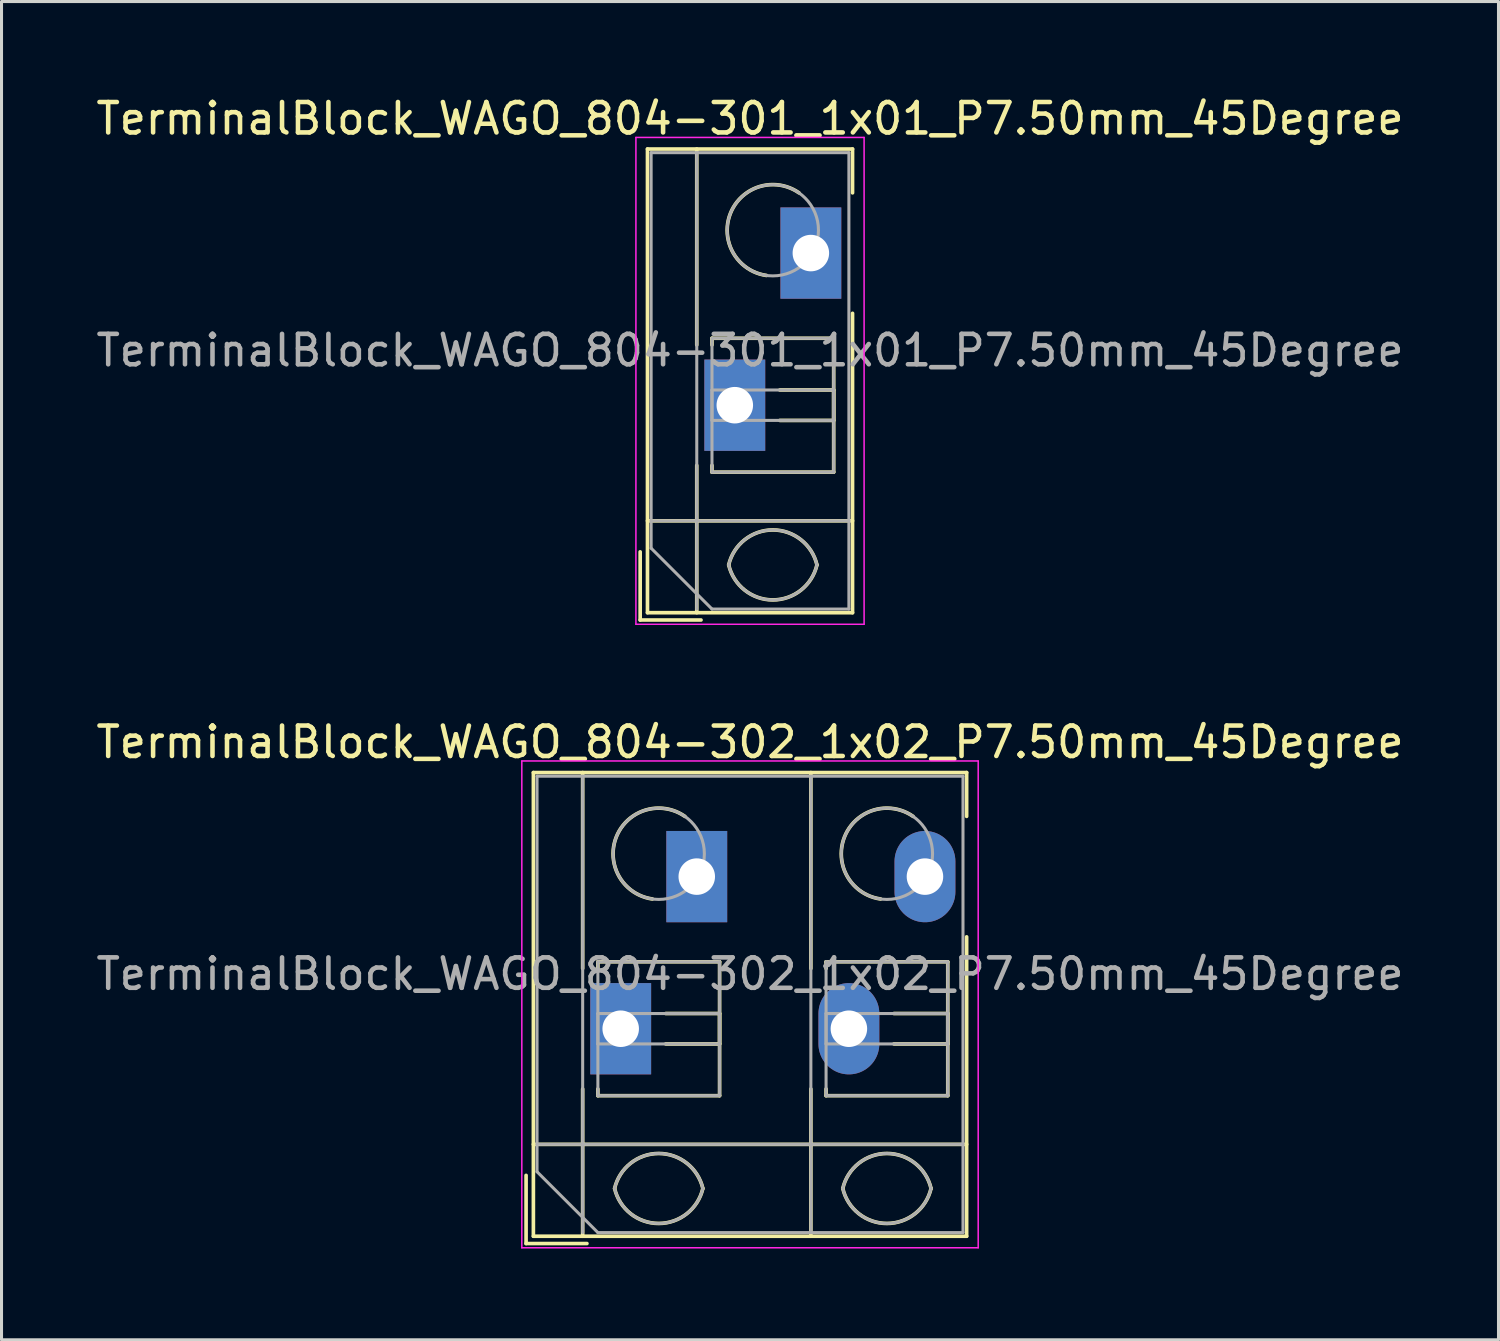
<source format=kicad_pcb>
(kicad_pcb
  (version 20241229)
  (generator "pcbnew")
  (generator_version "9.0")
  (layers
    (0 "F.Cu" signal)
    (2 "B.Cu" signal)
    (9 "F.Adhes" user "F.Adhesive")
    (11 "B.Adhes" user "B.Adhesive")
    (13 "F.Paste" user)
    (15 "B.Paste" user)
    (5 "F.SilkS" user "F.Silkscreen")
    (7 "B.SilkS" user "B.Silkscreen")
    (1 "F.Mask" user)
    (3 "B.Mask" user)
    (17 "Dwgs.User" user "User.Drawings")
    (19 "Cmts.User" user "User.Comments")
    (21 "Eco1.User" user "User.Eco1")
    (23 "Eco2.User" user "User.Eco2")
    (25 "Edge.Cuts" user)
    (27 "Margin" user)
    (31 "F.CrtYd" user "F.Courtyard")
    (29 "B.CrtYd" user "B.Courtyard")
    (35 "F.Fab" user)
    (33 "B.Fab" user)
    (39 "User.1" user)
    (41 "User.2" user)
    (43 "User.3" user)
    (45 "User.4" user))
  (footprint "TerminalBlock_WAGO_804-301_1x01_P7.50mm_45Degree"
    (layer "F.Cu")
    (at 21.101 10.268)
    (property "Reference" "TerminalBlock_WAGO_804-301_1x01_P7.50mm_45Degree" (at 0.5 -9.42 0) (layer "F.SilkS") (effects (font (size 1 1) (thickness 0.15))))
    (attr through_hole)
    (fp_line (start -3.11 4.82) (end -3.11 7.06) (stroke (width 0.12) (type solid)) (layer "F.SilkS"))
    (fp_line (start -3.11 7.06) (end -1.11 7.06) (stroke (width 0.12) (type solid)) (layer "F.SilkS"))
    (fp_line (start -2.87 -8.42) (end -2.87 6.82) (stroke (width 0.12) (type solid)) (layer "F.SilkS"))
    (fp_line (start -2.87 -8.42) (end 3.87 -8.42) (stroke (width 0.12) (type solid)) (layer "F.SilkS"))
    (fp_line (start -2.87 3.8) (end 3.87 3.8) (stroke (width 0.12) (type solid)) (layer "F.SilkS"))
    (fp_line (start -2.87 6.82) (end 3.87 6.82) (stroke (width 0.12) (type solid)) (layer "F.SilkS"))
    (fp_line (start -1.25 -8.42) (end -1.25 -1.98) (stroke (width 0.12) (type solid)) (layer "F.SilkS"))
    (fp_line (start -1.25 1.98) (end -1.25 6.82) (stroke (width 0.12) (type solid)) (layer "F.SilkS"))
    (fp_line (start -0.75 -2.2) (end -0.75 -1.98) (stroke (width 0.12) (type solid)) (layer "F.SilkS"))
    (fp_line (start -0.75 -2.2) (end 3.25 -2.2) (stroke (width 0.12) (type solid)) (layer "F.SilkS"))
    (fp_line (start -0.75 1.98) (end -0.75 2.2) (stroke (width 0.12) (type solid)) (layer "F.SilkS"))
    (fp_line (start -0.75 2.2) (end 3.25 2.2) (stroke (width 0.12) (type solid)) (layer "F.SilkS"))
    (fp_line (start 1.48 -0.5) (end 3.25 -0.5) (stroke (width 0.12) (type solid)) (layer "F.SilkS"))
    (fp_line (start 1.48 0.5) (end 3.25 0.5) (stroke (width 0.12) (type solid)) (layer "F.SilkS"))
    (fp_line (start 3.25 -2.2) (end 3.25 2.2) (stroke (width 0.12) (type solid)) (layer "F.SilkS"))
    (fp_line (start 3.25 -0.5) (end 3.25 0.5) (stroke (width 0.12) (type solid)) (layer "F.SilkS"))
    (fp_line (start 3.87 -8.42) (end 3.87 -6.98) (stroke (width 0.12) (type solid)) (layer "F.SilkS"))
    (fp_line (start 3.87 -3.02) (end 3.87 6.82) (stroke (width 0.12) (type solid)) (layer "F.SilkS"))
    (fp_arc (start -0.200865 5.250424) (mid 1.250296 4.099926) (end 2.701 5.251) (stroke (width 0.12) (type solid)) (layer "F.SilkS"))
    (fp_arc (start 1.040798 -4.264067) (mid -0.146039 -6.300306) (end 2.111 -6.979) (stroke (width 0.12) (type solid)) (layer "F.SilkS"))
    (fp_arc (start 2.7 5.25) (mid 1.250068 6.400101) (end -0.199969 5.250133) (stroke (width 0.12) (type solid)) (layer "F.SilkS"))
    (fp_line (start -3.25 -8.8) (end -3.25 7.2) (stroke (width 0.05) (type solid)) (layer "F.CrtYd"))
    (fp_line (start -3.25 7.2) (end 4.25 7.2) (stroke (width 0.05) (type solid)) (layer "F.CrtYd"))
    (fp_line (start 4.25 -8.8) (end -3.25 -8.8) (stroke (width 0.05) (type solid)) (layer "F.CrtYd"))
    (fp_line (start 4.25 7.2) (end 4.25 -8.8) (stroke (width 0.05) (type solid)) (layer "F.CrtYd"))
    (fp_line (start -2.75 -8.3) (end 3.75 -8.3) (stroke (width 0.1) (type solid)) (layer "F.Fab"))
    (fp_line (start -2.75 3.8) (end 3.75 3.8) (stroke (width 0.1) (type solid)) (layer "F.Fab"))
    (fp_line (start -2.75 4.7) (end -2.75 -8.3) (stroke (width 0.1) (type solid)) (layer "F.Fab"))
    (fp_line (start -1.25 -8.3) (end -1.25 6.7) (stroke (width 0.1) (type solid)) (layer "F.Fab"))
    (fp_line (start -0.75 -2.2) (end -0.75 2.2) (stroke (width 0.1) (type solid)) (layer "F.Fab"))
    (fp_line (start -0.75 -0.5) (end -0.75 0.5) (stroke (width 0.1) (type solid)) (layer "F.Fab"))
    (fp_line (start -0.75 0.5) (end 3.25 0.5) (stroke (width 0.1) (type solid)) (layer "F.Fab"))
    (fp_line (start -0.75 2.2) (end 3.25 2.2) (stroke (width 0.1) (type solid)) (layer "F.Fab"))
    (fp_line (start -0.75 6.7) (end -2.75 4.7) (stroke (width 0.1) (type solid)) (layer "F.Fab"))
    (fp_line (start 3.25 -2.2) (end -0.75 -2.2) (stroke (width 0.1) (type solid)) (layer "F.Fab"))
    (fp_line (start 3.25 -0.5) (end -0.75 -0.5) (stroke (width 0.1) (type solid)) (layer "F.Fab"))
    (fp_line (start 3.25 0.5) (end 3.25 -0.5) (stroke (width 0.1) (type solid)) (layer "F.Fab"))
    (fp_line (start 3.25 2.2) (end 3.25 -2.2) (stroke (width 0.1) (type solid)) (layer "F.Fab"))
    (fp_line (start 3.75 -8.3) (end 3.75 6.7) (stroke (width 0.1) (type solid)) (layer "F.Fab"))
    (fp_line (start 3.75 6.7) (end -0.75 6.7) (stroke (width 0.1) (type solid)) (layer "F.Fab"))
    (fp_arc (start -0.200865 5.250424) (mid 1.250296 4.099926) (end 2.701 5.251) (stroke (width 0.1) (type solid)) (layer "F.Fab"))
    (fp_arc (start 2.7 5.25) (mid 1.250068 6.400101) (end -0.199969 5.250133) (stroke (width 0.1) (type solid)) (layer "F.Fab"))
    (fp_circle (center 1.25 -5.75) (end 2.75 -5.75) (stroke (width 0.1) (type solid)) (fill no) (layer "F.Fab"))
    (fp_text user "${REFERENCE}" (at 0.5 -1.8 0) (layer "F.Fab") (effects (font (size 1 1) (thickness 0.15))))
    (pad "1" thru_hole rect (at 0 0) (size 2 3) (drill 1.2) (layers "*.Cu" "*.Mask"))
    (pad "1" thru_hole rect (at 2.5 -5) (size 2 3) (drill 1.2) (layers "*.Cu" "*.Mask")))
  (footprint "TerminalBlock_WAGO_804-302_1x02_P7.50mm_45Degree"
    (layer "F.Cu")
    (at 17.351 30.762)
    (property "Reference" "TerminalBlock_WAGO_804-302_1x02_P7.50mm_45Degree" (at 4.25 -9.42 0) (layer "F.SilkS") (effects (font (size 1 1) (thickness 0.15))))
    (attr through_hole)
    (fp_line (start -3.11 4.82) (end -3.11 7.06) (stroke (width 0.12) (type solid)) (layer "F.SilkS"))
    (fp_line (start -3.11 7.06) (end -1.11 7.06) (stroke (width 0.12) (type solid)) (layer "F.SilkS"))
    (fp_line (start -2.87 -8.42) (end -2.87 6.82) (stroke (width 0.12) (type solid)) (layer "F.SilkS"))
    (fp_line (start -2.87 -8.42) (end 11.37 -8.42) (stroke (width 0.12) (type solid)) (layer "F.SilkS"))
    (fp_line (start -2.87 3.8) (end 11.37 3.8) (stroke (width 0.12) (type solid)) (layer "F.SilkS"))
    (fp_line (start -2.87 6.82) (end 11.37 6.82) (stroke (width 0.12) (type solid)) (layer "F.SilkS"))
    (fp_line (start -1.25 -8.42) (end -1.25 -1.98) (stroke (width 0.12) (type solid)) (layer "F.SilkS"))
    (fp_line (start -1.25 1.98) (end -1.25 6.82) (stroke (width 0.12) (type solid)) (layer "F.SilkS"))
    (fp_line (start -0.75 -2.2) (end -0.75 -1.98) (stroke (width 0.12) (type solid)) (layer "F.SilkS"))
    (fp_line (start -0.75 -2.2) (end 3.25 -2.2) (stroke (width 0.12) (type solid)) (layer "F.SilkS"))
    (fp_line (start -0.75 1.98) (end -0.75 2.2) (stroke (width 0.12) (type solid)) (layer "F.SilkS"))
    (fp_line (start -0.75 2.2) (end 3.25 2.2) (stroke (width 0.12) (type solid)) (layer "F.SilkS"))
    (fp_line (start 1.48 -0.5) (end 3.25 -0.5) (stroke (width 0.12) (type solid)) (layer "F.SilkS"))
    (fp_line (start 1.48 0.5) (end 3.25 0.5) (stroke (width 0.12) (type solid)) (layer "F.SilkS"))
    (fp_line (start 3.25 -2.2) (end 3.25 2.2) (stroke (width 0.12) (type solid)) (layer "F.SilkS"))
    (fp_line (start 3.25 -0.5) (end 3.25 0.5) (stroke (width 0.12) (type solid)) (layer "F.SilkS"))
    (fp_line (start 6.25 -8.42) (end 6.25 -1.98) (stroke (width 0.12) (type solid)) (layer "F.SilkS"))
    (fp_line (start 6.25 1.98) (end 6.25 6.82) (stroke (width 0.12) (type solid)) (layer "F.SilkS"))
    (fp_line (start 6.75 -2.2) (end 6.75 -1.98) (stroke (width 0.12) (type solid)) (layer "F.SilkS"))
    (fp_line (start 6.75 -2.2) (end 10.75 -2.2) (stroke (width 0.12) (type solid)) (layer "F.SilkS"))
    (fp_line (start 6.75 1.98) (end 6.75 2.2) (stroke (width 0.12) (type solid)) (layer "F.SilkS"))
    (fp_line (start 6.75 2.2) (end 10.75 2.2) (stroke (width 0.12) (type solid)) (layer "F.SilkS"))
    (fp_line (start 8.98 -0.5) (end 10.75 -0.5) (stroke (width 0.12) (type solid)) (layer "F.SilkS"))
    (fp_line (start 8.98 0.5) (end 10.75 0.5) (stroke (width 0.12) (type solid)) (layer "F.SilkS"))
    (fp_line (start 10.75 -2.2) (end 10.75 2.2) (stroke (width 0.12) (type solid)) (layer "F.SilkS"))
    (fp_line (start 10.75 -0.5) (end 10.75 0.5) (stroke (width 0.12) (type solid)) (layer "F.SilkS"))
    (fp_line (start 11.37 -8.42) (end 11.37 -6.98) (stroke (width 0.12) (type solid)) (layer "F.SilkS"))
    (fp_line (start 11.37 -3.02) (end 11.37 6.82) (stroke (width 0.12) (type solid)) (layer "F.SilkS"))
    (fp_arc (start -0.200865 5.250424) (mid 1.250296 4.099926) (end 2.701 5.251) (stroke (width 0.12) (type solid)) (layer "F.SilkS"))
    (fp_arc (start 1.040798 -4.264067) (mid -0.146039 -6.300306) (end 2.111 -6.979) (stroke (width 0.12) (type solid)) (layer "F.SilkS"))
    (fp_arc (start 2.7 5.25) (mid 1.250068 6.400101) (end -0.199969 5.250133) (stroke (width 0.12) (type solid)) (layer "F.SilkS"))
    (fp_arc (start 7.299135 5.250424) (mid 8.750296 4.099926) (end 10.201 5.251) (stroke (width 0.12) (type solid)) (layer "F.SilkS"))
    (fp_arc (start 8.540798 -4.264067) (mid 7.353961 -6.300306) (end 9.611 -6.979) (stroke (width 0.12) (type solid)) (layer "F.SilkS"))
    (fp_arc (start 10.2 5.25) (mid 8.750068 6.400101) (end 7.300031 5.250133) (stroke (width 0.12) (type solid)) (layer "F.SilkS"))
    (fp_line (start -3.25 -8.8) (end -3.25 7.2) (stroke (width 0.05) (type solid)) (layer "F.CrtYd"))
    (fp_line (start -3.25 7.2) (end 11.75 7.2) (stroke (width 0.05) (type solid)) (layer "F.CrtYd"))
    (fp_line (start 11.75 -8.8) (end -3.25 -8.8) (stroke (width 0.05) (type solid)) (layer "F.CrtYd"))
    (fp_line (start 11.75 7.2) (end 11.75 -8.8) (stroke (width 0.05) (type solid)) (layer "F.CrtYd"))
    (fp_line (start -2.75 -8.3) (end 11.25 -8.3) (stroke (width 0.1) (type solid)) (layer "F.Fab"))
    (fp_line (start -2.75 3.8) (end 11.25 3.8) (stroke (width 0.1) (type solid)) (layer "F.Fab"))
    (fp_line (start -2.75 4.7) (end -2.75 -8.3) (stroke (width 0.1) (type solid)) (layer "F.Fab"))
    (fp_line (start -1.25 -8.3) (end -1.25 6.7) (stroke (width 0.1) (type solid)) (layer "F.Fab"))
    (fp_line (start -0.75 -2.2) (end -0.75 2.2) (stroke (width 0.1) (type solid)) (layer "F.Fab"))
    (fp_line (start -0.75 -0.5) (end -0.75 0.5) (stroke (width 0.1) (type solid)) (layer "F.Fab"))
    (fp_line (start -0.75 0.5) (end 3.25 0.5) (stroke (width 0.1) (type solid)) (layer "F.Fab"))
    (fp_line (start -0.75 2.2) (end 3.25 2.2) (stroke (width 0.1) (type solid)) (layer "F.Fab"))
    (fp_line (start -0.75 6.7) (end -2.75 4.7) (stroke (width 0.1) (type solid)) (layer "F.Fab"))
    (fp_line (start 3.25 -2.2) (end -0.75 -2.2) (stroke (width 0.1) (type solid)) (layer "F.Fab"))
    (fp_line (start 3.25 -0.5) (end -0.75 -0.5) (stroke (width 0.1) (type solid)) (layer "F.Fab"))
    (fp_line (start 3.25 0.5) (end 3.25 -0.5) (stroke (width 0.1) (type solid)) (layer "F.Fab"))
    (fp_line (start 3.25 2.2) (end 3.25 -2.2) (stroke (width 0.1) (type solid)) (layer "F.Fab"))
    (fp_line (start 6.25 -8.3) (end 6.25 6.7) (stroke (width 0.1) (type solid)) (layer "F.Fab"))
    (fp_line (start 6.75 -2.2) (end 6.75 2.2) (stroke (width 0.1) (type solid)) (layer "F.Fab"))
    (fp_line (start 6.75 -0.5) (end 6.75 0.5) (stroke (width 0.1) (type solid)) (layer "F.Fab"))
    (fp_line (start 6.75 0.5) (end 10.75 0.5) (stroke (width 0.1) (type solid)) (layer "F.Fab"))
    (fp_line (start 6.75 2.2) (end 10.75 2.2) (stroke (width 0.1) (type solid)) (layer "F.Fab"))
    (fp_line (start 10.75 -2.2) (end 6.75 -2.2) (stroke (width 0.1) (type solid)) (layer "F.Fab"))
    (fp_line (start 10.75 -0.5) (end 6.75 -0.5) (stroke (width 0.1) (type solid)) (layer "F.Fab"))
    (fp_line (start 10.75 0.5) (end 10.75 -0.5) (stroke (width 0.1) (type solid)) (layer "F.Fab"))
    (fp_line (start 10.75 2.2) (end 10.75 -2.2) (stroke (width 0.1) (type solid)) (layer "F.Fab"))
    (fp_line (start 11.25 -8.3) (end 11.25 6.7) (stroke (width 0.1) (type solid)) (layer "F.Fab"))
    (fp_line (start 11.25 6.7) (end -0.75 6.7) (stroke (width 0.1) (type solid)) (layer "F.Fab"))
    (fp_arc (start -0.200865 5.250424) (mid 1.250296 4.099926) (end 2.701 5.251) (stroke (width 0.1) (type solid)) (layer "F.Fab"))
    (fp_arc (start 2.7 5.25) (mid 1.250068 6.400101) (end -0.199969 5.250133) (stroke (width 0.1) (type solid)) (layer "F.Fab"))
    (fp_arc (start 7.299135 5.250424) (mid 8.750296 4.099926) (end 10.201 5.251) (stroke (width 0.1) (type solid)) (layer "F.Fab"))
    (fp_arc (start 10.2 5.25) (mid 8.750068 6.400101) (end 7.300031 5.250133) (stroke (width 0.1) (type solid)) (layer "F.Fab"))
    (fp_circle (center 1.25 -5.75) (end 2.75 -5.75) (stroke (width 0.1) (type solid)) (fill no) (layer "F.Fab"))
    (fp_circle (center 8.75 -5.75) (end 10.25 -5.75) (stroke (width 0.1) (type solid)) (fill no) (layer "F.Fab"))
    (fp_text user "${REFERENCE}" (at 4.25 -1.8 0) (layer "F.Fab") (effects (font (size 1 1) (thickness 0.15))))
    (pad "1" thru_hole rect (at 0 0) (size 2 3) (drill 1.2) (layers "*.Cu" "*.Mask"))
    (pad "1" thru_hole rect (at 2.5 -5) (size 2 3) (drill 1.2) (layers "*.Cu" "*.Mask"))
    (pad "2" thru_hole oval (at 7.5 0) (size 2 3) (drill 1.2) (layers "*.Cu" "*.Mask"))
    (pad "2" thru_hole oval (at 10 -5) (size 2 3) (drill 1.2) (layers "*.Cu" "*.Mask")))
  (gr_rect
    (start -3 -3)
    (end 46.202 40.986)
    (stroke (width 0.1) (type default))
    (fill no)
    (layer "Edge.Cuts")))
</source>
